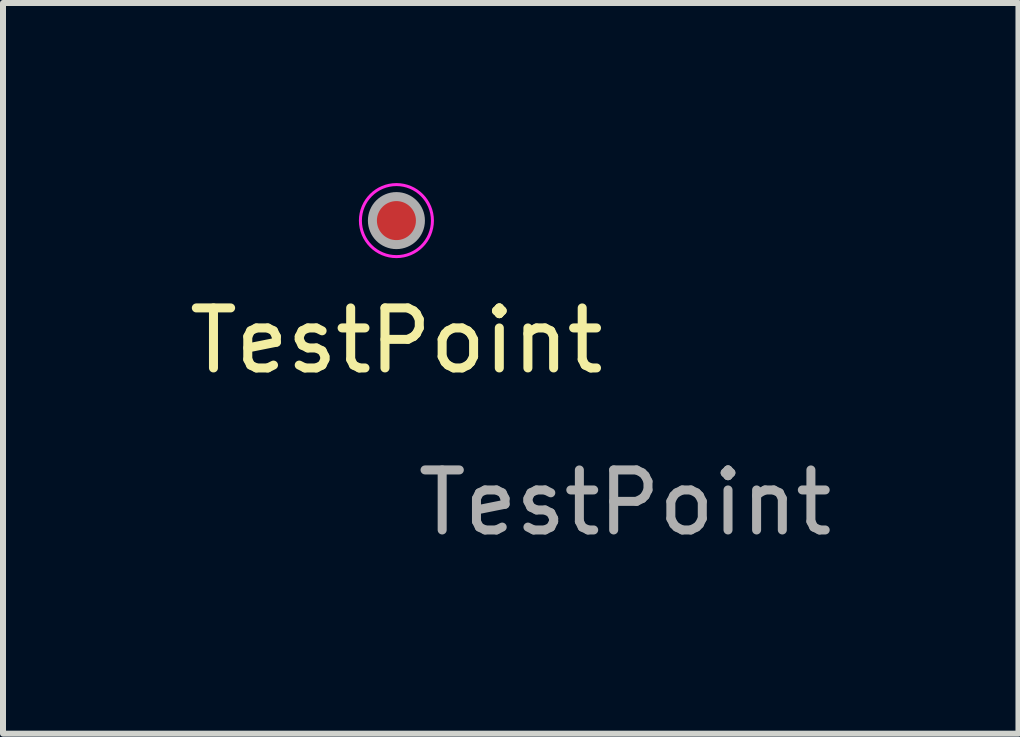
<source format=kicad_pcb>
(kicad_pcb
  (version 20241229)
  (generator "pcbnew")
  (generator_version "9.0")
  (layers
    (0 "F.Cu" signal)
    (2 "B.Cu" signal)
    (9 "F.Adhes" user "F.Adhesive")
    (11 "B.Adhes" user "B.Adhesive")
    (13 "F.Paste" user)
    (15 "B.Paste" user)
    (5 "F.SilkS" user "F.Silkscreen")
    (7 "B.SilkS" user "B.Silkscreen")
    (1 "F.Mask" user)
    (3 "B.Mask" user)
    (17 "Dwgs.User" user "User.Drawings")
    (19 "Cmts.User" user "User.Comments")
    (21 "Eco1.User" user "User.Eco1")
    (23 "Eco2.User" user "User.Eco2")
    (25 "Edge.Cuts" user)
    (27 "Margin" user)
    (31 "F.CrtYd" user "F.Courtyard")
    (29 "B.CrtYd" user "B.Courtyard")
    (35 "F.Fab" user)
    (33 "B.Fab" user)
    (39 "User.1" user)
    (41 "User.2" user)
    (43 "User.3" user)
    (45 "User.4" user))
  (footprint "TestPoint"
    (layer "F.Cu")
    (at 3.554 0.625)
    (property "Reference" "TestPoint" (at 0 2 0) (layer "F.SilkS") (effects (font (size 1 1) (thickness 0.15))))
    (attr smd)
    (fp_circle (center 0 0) (end 0.6 0) (stroke (width 0.05) (type solid)) (fill no) (layer "F.CrtYd"))
    (fp_circle (center 0 0) (end 0 0.4) (stroke (width 0.15) (type solid)) (fill no) (layer "F.Fab"))
    (fp_text user "${REFERENCE}" (at 3.81 4.699 0) (layer "F.Fab") (effects (font (size 1 1) (thickness 0.15))))
    (pad "1" smd circle (at 0 0) (size 0.75 0.75) (layers "F.Cu" "F.Mask" "F.Paste")))
  (gr_rect
    (start -3 -3)
    (end 13.917 9.172)
    (stroke (width 0.1) (type default))
    (fill no)
    (layer "Edge.Cuts")))
</source>
